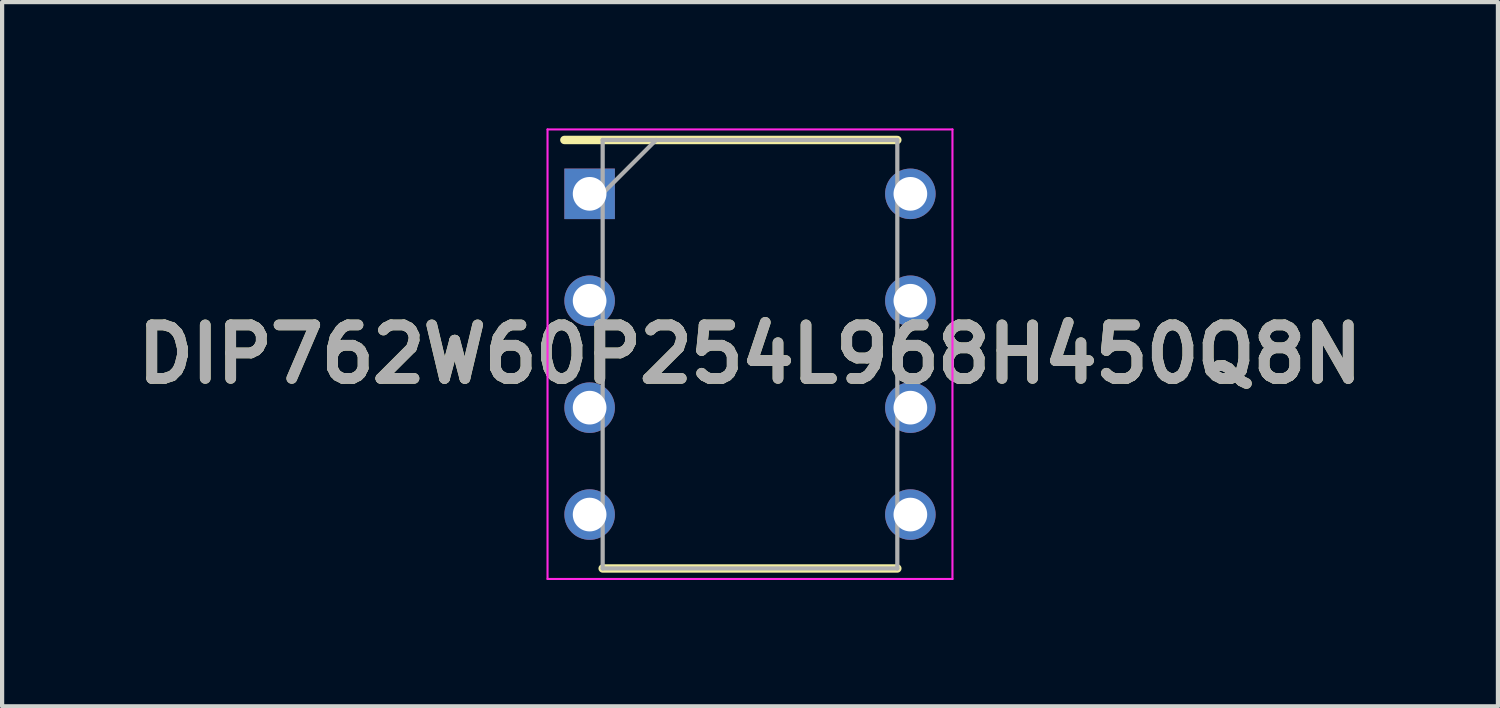
<source format=kicad_pcb>
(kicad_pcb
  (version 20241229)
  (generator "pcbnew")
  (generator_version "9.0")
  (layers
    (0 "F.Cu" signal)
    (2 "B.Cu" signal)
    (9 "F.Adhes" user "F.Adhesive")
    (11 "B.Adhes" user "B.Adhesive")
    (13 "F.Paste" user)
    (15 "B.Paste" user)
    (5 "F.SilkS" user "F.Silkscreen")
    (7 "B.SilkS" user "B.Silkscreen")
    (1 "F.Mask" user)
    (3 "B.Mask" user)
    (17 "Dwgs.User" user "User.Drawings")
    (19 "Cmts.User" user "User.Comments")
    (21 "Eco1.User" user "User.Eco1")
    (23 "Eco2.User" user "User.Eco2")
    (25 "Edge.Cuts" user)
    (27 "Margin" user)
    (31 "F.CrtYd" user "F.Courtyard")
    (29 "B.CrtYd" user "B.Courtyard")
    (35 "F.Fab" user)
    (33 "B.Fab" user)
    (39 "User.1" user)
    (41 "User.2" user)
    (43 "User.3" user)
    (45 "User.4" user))
  (footprint "DIP762W60P254L968H450Q8N"
    (layer "F.Cu")
    (at 14.768 5.365)
    (property "Reference" "DIP762W60P254L968H450Q8N" (at 0 0 0) (layer "F.SilkS") (effects (font (size 1.27 1.27) (thickness 0.254))))
    (attr through_hole)
    (fp_line (start -4.41 -5.09) (end 3.5 -5.09) (stroke (width 0.2) (type solid)) (layer "F.SilkS"))
    (fp_line (start -3.5 5.09) (end 3.5 5.09) (stroke (width 0.2) (type solid)) (layer "F.SilkS"))
    (fp_line (start -4.81 -5.34) (end 4.81 -5.34) (stroke (width 0.05) (type solid)) (layer "F.CrtYd"))
    (fp_line (start -4.81 5.34) (end -4.81 -5.34) (stroke (width 0.05) (type solid)) (layer "F.CrtYd"))
    (fp_line (start 4.81 -5.34) (end 4.81 5.34) (stroke (width 0.05) (type solid)) (layer "F.CrtYd"))
    (fp_line (start 4.81 5.34) (end -4.81 5.34) (stroke (width 0.05) (type solid)) (layer "F.CrtYd"))
    (fp_line (start -3.5 -5.09) (end 3.5 -5.09) (stroke (width 0.1) (type solid)) (layer "F.Fab"))
    (fp_line (start -3.5 -3.82) (end -2.23 -5.09) (stroke (width 0.1) (type solid)) (layer "F.Fab"))
    (fp_line (start -3.5 5.09) (end -3.5 -5.09) (stroke (width 0.1) (type solid)) (layer "F.Fab"))
    (fp_line (start 3.5 -5.09) (end 3.5 5.09) (stroke (width 0.1) (type solid)) (layer "F.Fab"))
    (fp_line (start 3.5 5.09) (end -3.5 5.09) (stroke (width 0.1) (type solid)) (layer "F.Fab"))
    (fp_text user "${REFERENCE}" (at 0 0 0) (layer "F.Fab") (effects (font (size 1.27 1.27) (thickness 0.254))))
    (pad "1" thru_hole rect (at -3.81 -3.81) (size 1.2 1.2) (drill 0.8) (layers "*.Cu" "*.Mask"))
    (pad "2" thru_hole circle (at -3.81 -1.27) (size 1.2 1.2) (drill 0.8) (layers "*.Cu" "*.Mask"))
    (pad "3" thru_hole circle (at -3.81 1.27) (size 1.2 1.2) (drill 0.8) (layers "*.Cu" "*.Mask"))
    (pad "4" thru_hole circle (at -3.81 3.81) (size 1.2 1.2) (drill 0.8) (layers "*.Cu" "*.Mask"))
    (pad "5" thru_hole circle (at 3.81 3.81) (size 1.2 1.2) (drill 0.8) (layers "*.Cu" "*.Mask"))
    (pad "6" thru_hole circle (at 3.81 1.27) (size 1.2 1.2) (drill 0.8) (layers "*.Cu" "*.Mask"))
    (pad "7" thru_hole circle (at 3.81 -1.27) (size 1.2 1.2) (drill 0.8) (layers "*.Cu" "*.Mask"))
    (pad "8" thru_hole circle (at 3.81 -3.81) (size 1.2 1.2) (drill 0.8) (layers "*.Cu" "*.Mask")))
  (gr_rect
    (start -3 -3)
    (end 32.537 13.73)
    (stroke (width 0.1) (type default))
    (fill no)
    (layer "Edge.Cuts")))
</source>
